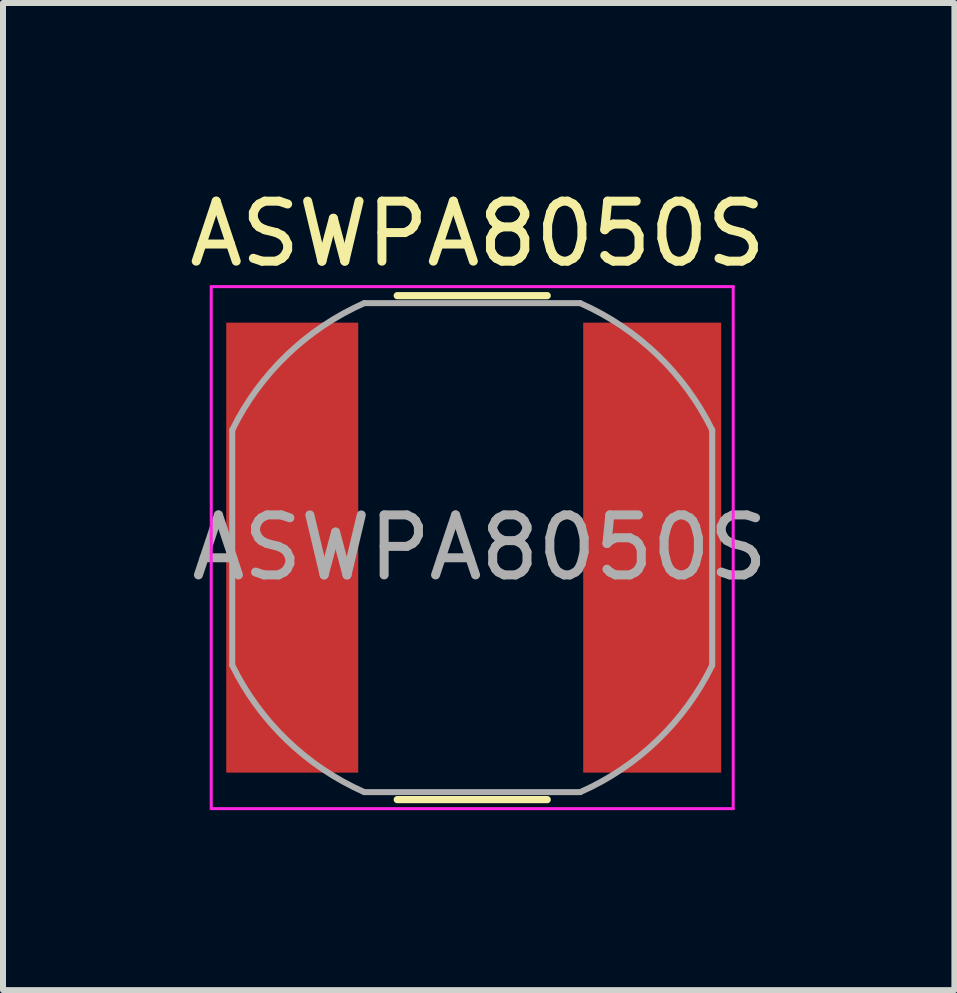
<source format=kicad_pcb>
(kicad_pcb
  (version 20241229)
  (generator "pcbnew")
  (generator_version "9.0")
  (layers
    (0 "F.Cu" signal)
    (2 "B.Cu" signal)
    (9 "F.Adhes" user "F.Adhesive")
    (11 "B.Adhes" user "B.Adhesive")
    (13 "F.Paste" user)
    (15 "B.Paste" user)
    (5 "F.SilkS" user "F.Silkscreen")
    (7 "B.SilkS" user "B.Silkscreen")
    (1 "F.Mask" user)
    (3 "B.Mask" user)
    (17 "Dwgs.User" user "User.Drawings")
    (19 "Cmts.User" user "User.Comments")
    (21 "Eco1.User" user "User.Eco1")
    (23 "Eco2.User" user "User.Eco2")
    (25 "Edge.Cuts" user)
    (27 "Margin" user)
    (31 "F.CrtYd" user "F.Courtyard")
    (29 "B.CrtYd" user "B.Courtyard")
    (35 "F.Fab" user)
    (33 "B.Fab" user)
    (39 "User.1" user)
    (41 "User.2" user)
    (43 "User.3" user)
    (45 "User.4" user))
  (footprint "ASWPA8050S"
    (layer "F.Cu")
    (at 4.821 6.078)
    (property "Reference" "ASWPA8050S" (at 0.09 -5.23 0) (layer "F.SilkS") (effects (font (size 1 1) (thickness 0.15))))
    (attr smd)
    (fp_line (start -1.25 4.2) (end 1.25 4.2) (stroke (width 0.12) (type solid)) (layer "F.SilkS"))
    (fp_line (start 1.25 -4.2) (end -1.25 -4.2) (stroke (width 0.12) (type solid)) (layer "F.SilkS"))
    (fp_line (start -4.35 -4.35) (end -4.35 4.35) (stroke (width 0.05) (type solid)) (layer "F.CrtYd"))
    (fp_line (start -4.35 -4.35) (end 4.35 -4.35) (stroke (width 0.05) (type solid)) (layer "F.CrtYd"))
    (fp_line (start -4.35 4.35) (end 4.35 4.35) (stroke (width 0.05) (type solid)) (layer "F.CrtYd"))
    (fp_line (start 4.35 -4.35) (end 4.35 4.35) (stroke (width 0.05) (type solid)) (layer "F.CrtYd"))
    (fp_line (start -4 -1.96) (end -4 1.96) (stroke (width 0.1) (type solid)) (layer "F.Fab"))
    (fp_line (start -1.8 -4.075) (end 1.8 -4.075) (stroke (width 0.1) (type solid)) (layer "F.Fab"))
    (fp_line (start 1.8 4.075) (end -1.8 4.075) (stroke (width 0.1) (type solid)) (layer "F.Fab"))
    (fp_line (start 4 -1.96) (end 4 1.96) (stroke (width 0.1) (type solid)) (layer "F.Fab"))
    (fp_arc (start -3.99824 -1.964613) (mid -3.085179 -3.213611) (end -1.8 -4.075) (stroke (width 0.1) (type solid)) (layer "F.Fab"))
    (fp_arc (start -1.804314 4.072598) (mid -3.088411 3.209878) (end -4 1.96) (stroke (width 0.1) (type solid)) (layer "F.Fab"))
    (fp_arc (start 1.799817 -4.074587) (mid 3.086639 -3.211582) (end 4 -1.96) (stroke (width 0.1) (type solid)) (layer "F.Fab"))
    (fp_arc (start 3.99824 1.964613) (mid 3.085179 3.213611) (end 1.8 4.075) (stroke (width 0.1) (type solid)) (layer "F.Fab"))
    (fp_text user "${REFERENCE}" (at 0.127 0 0) (layer "F.Fab") (effects (font (size 1 1) (thickness 0.15))))
    (pad "1" smd rect (at -3 0) (size 2.2 7.5) (layers "F.Cu" "F.Mask" "F.Paste"))
    (pad "2" smd rect (at 3 0) (size 2.3 7.5) (layers "F.Cu" "F.Mask" "F.Paste")))
  (gr_rect
    (start -3 -3)
    (end 12.858 13.453)
    (stroke (width 0.1) (type default))
    (fill no)
    (layer "Edge.Cuts")))
</source>
